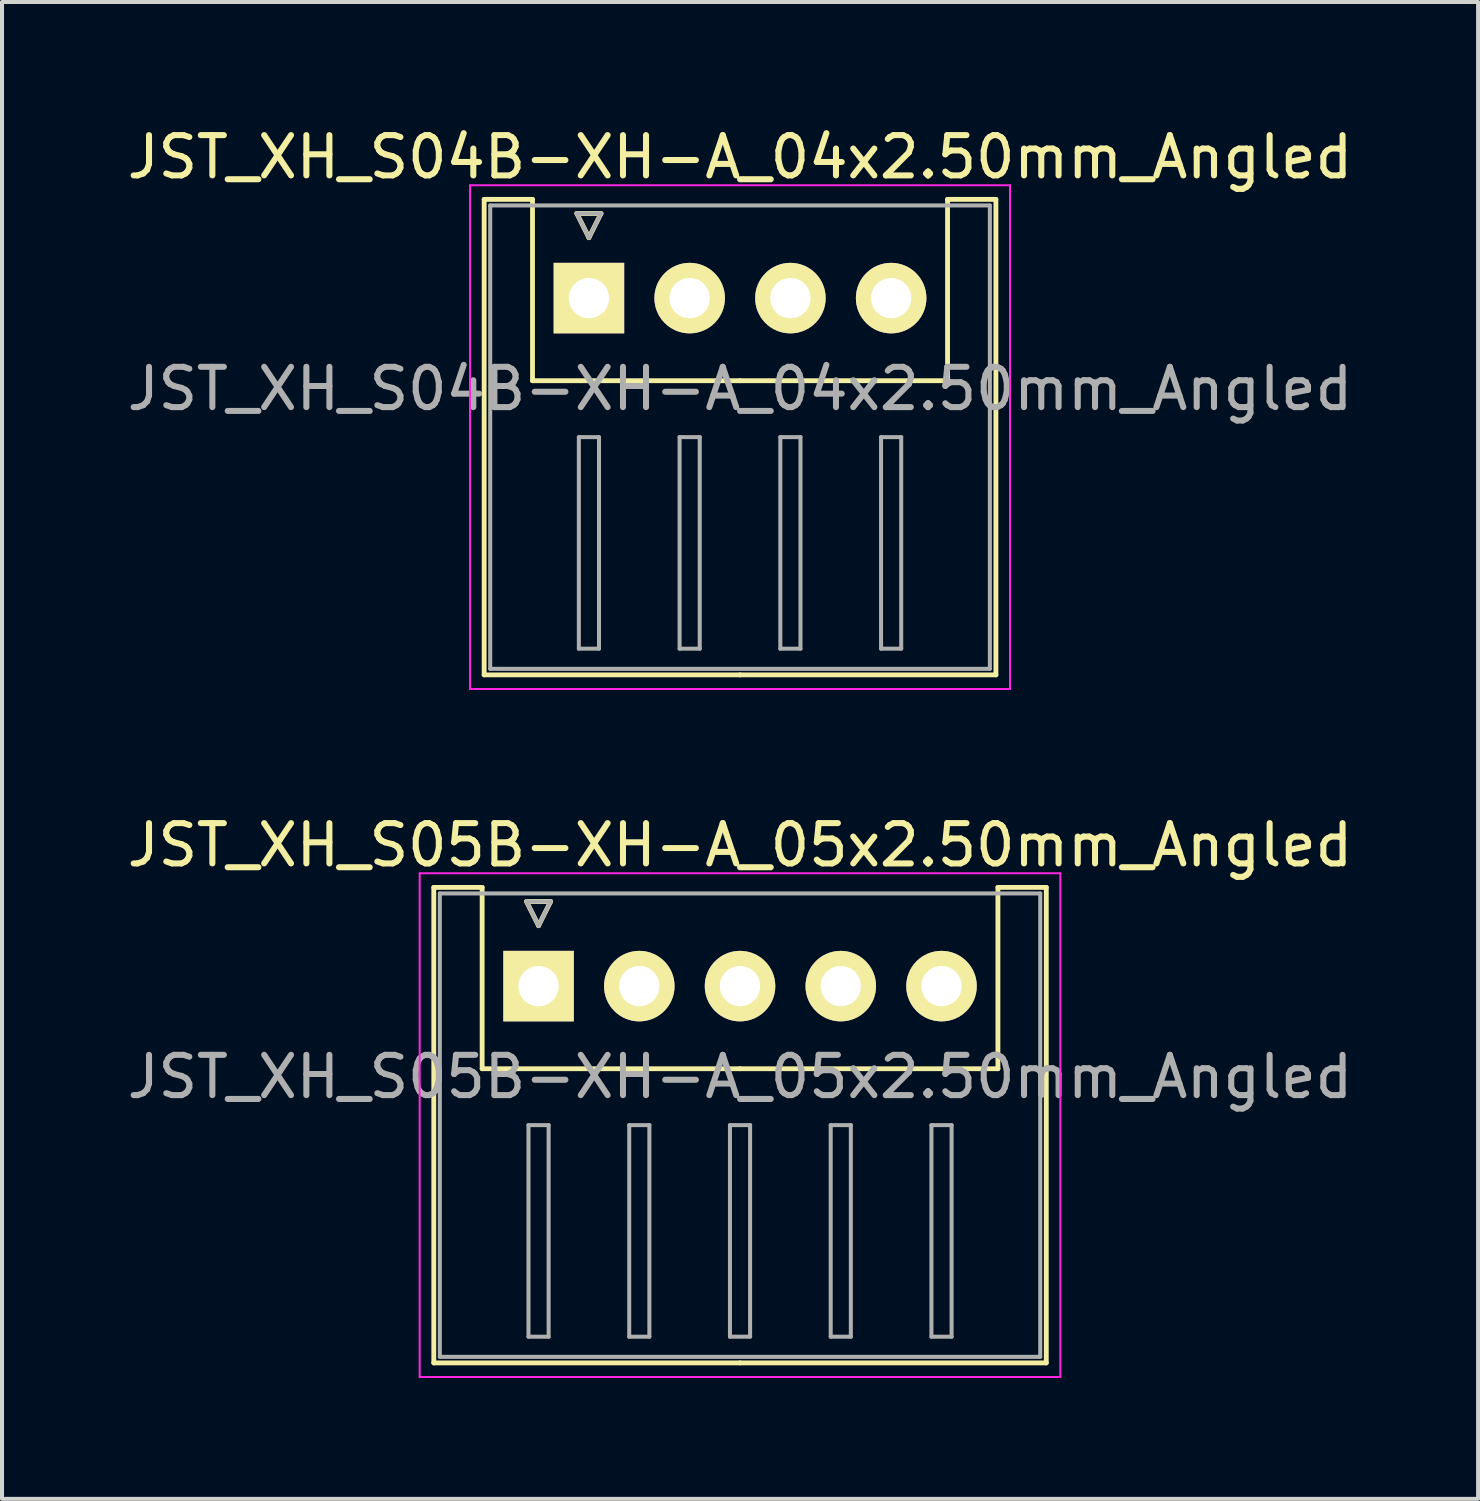
<source format=kicad_pcb>
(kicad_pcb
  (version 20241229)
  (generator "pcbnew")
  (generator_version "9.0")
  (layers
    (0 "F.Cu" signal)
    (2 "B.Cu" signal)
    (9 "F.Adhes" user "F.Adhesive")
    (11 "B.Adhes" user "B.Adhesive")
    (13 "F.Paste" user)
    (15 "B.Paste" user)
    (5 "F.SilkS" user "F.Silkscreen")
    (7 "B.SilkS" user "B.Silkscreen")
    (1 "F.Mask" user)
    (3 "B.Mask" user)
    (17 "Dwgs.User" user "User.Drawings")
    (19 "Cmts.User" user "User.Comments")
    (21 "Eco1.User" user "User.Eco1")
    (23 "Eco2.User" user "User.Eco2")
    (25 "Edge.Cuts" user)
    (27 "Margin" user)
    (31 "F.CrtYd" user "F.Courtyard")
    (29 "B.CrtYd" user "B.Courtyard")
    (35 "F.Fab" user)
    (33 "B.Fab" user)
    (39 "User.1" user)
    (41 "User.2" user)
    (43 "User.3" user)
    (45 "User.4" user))
  (footprint "JST_XH_S04B-XH-A_04x2.50mm_Angled"
    (layer "F.Cu")
    (at 11.565 4.348)
    (property "Reference" "JST_XH_S04B-XH-A_04x2.50mm_Angled" (at 3.75 -3.5 0) (layer "F.SilkS") (effects (font (size 1 1) (thickness 0.15))))
    (attr through_hole)
    (fp_line (start -2.6 -2.45) (end -1.4 -2.45) (stroke (width 0.12) (type solid)) (layer "F.SilkS"))
    (fp_line (start -2.6 9.35) (end -2.6 -2.45) (stroke (width 0.12) (type solid)) (layer "F.SilkS"))
    (fp_line (start -1.4 -2.45) (end -1.4 2.05) (stroke (width 0.12) (type solid)) (layer "F.SilkS"))
    (fp_line (start -1.4 2.05) (end 3.75 2.05) (stroke (width 0.12) (type solid)) (layer "F.SilkS"))
    (fp_line (start -0.3 -2.1) (end 0.3 -2.1) (stroke (width 0.12) (type solid)) (layer "F.SilkS"))
    (fp_line (start 0 -1.5) (end -0.3 -2.1) (stroke (width 0.12) (type solid)) (layer "F.SilkS"))
    (fp_line (start 0.3 -2.1) (end 0 -1.5) (stroke (width 0.12) (type solid)) (layer "F.SilkS"))
    (fp_line (start 3.75 9.35) (end -2.6 9.35) (stroke (width 0.12) (type solid)) (layer "F.SilkS"))
    (fp_line (start 3.75 9.35) (end 10.1 9.35) (stroke (width 0.12) (type solid)) (layer "F.SilkS"))
    (fp_line (start 8.9 -2.45) (end 8.9 2.05) (stroke (width 0.12) (type solid)) (layer "F.SilkS"))
    (fp_line (start 8.9 2.05) (end 3.75 2.05) (stroke (width 0.12) (type solid)) (layer "F.SilkS"))
    (fp_line (start 10.1 -2.45) (end 8.9 -2.45) (stroke (width 0.12) (type solid)) (layer "F.SilkS"))
    (fp_line (start 10.1 9.35) (end 10.1 -2.45) (stroke (width 0.12) (type solid)) (layer "F.SilkS"))
    (fp_line (start -2.95 -2.8) (end -2.95 9.7) (stroke (width 0.05) (type solid)) (layer "F.CrtYd"))
    (fp_line (start -2.95 9.7) (end 10.45 9.7) (stroke (width 0.05) (type solid)) (layer "F.CrtYd"))
    (fp_line (start 10.45 -2.8) (end -2.95 -2.8) (stroke (width 0.05) (type solid)) (layer "F.CrtYd"))
    (fp_line (start 10.45 9.7) (end 10.45 -2.8) (stroke (width 0.05) (type solid)) (layer "F.CrtYd"))
    (fp_line (start -2.45 -2.3) (end -2.45 9.2) (stroke (width 0.1) (type solid)) (layer "F.Fab"))
    (fp_line (start -2.45 9.2) (end 9.95 9.2) (stroke (width 0.1) (type solid)) (layer "F.Fab"))
    (fp_line (start -0.3 -2.1) (end 0.3 -2.1) (stroke (width 0.1) (type solid)) (layer "F.Fab"))
    (fp_line (start -0.25 3.45) (end -0.25 8.7) (stroke (width 0.1) (type solid)) (layer "F.Fab"))
    (fp_line (start -0.25 8.7) (end 0.25 8.7) (stroke (width 0.1) (type solid)) (layer "F.Fab"))
    (fp_line (start 0 -1.5) (end -0.3 -2.1) (stroke (width 0.1) (type solid)) (layer "F.Fab"))
    (fp_line (start 0.25 3.45) (end -0.25 3.45) (stroke (width 0.1) (type solid)) (layer "F.Fab"))
    (fp_line (start 0.25 8.7) (end 0.25 3.45) (stroke (width 0.1) (type solid)) (layer "F.Fab"))
    (fp_line (start 0.3 -2.1) (end 0 -1.5) (stroke (width 0.1) (type solid)) (layer "F.Fab"))
    (fp_line (start 2.25 3.45) (end 2.25 8.7) (stroke (width 0.1) (type solid)) (layer "F.Fab"))
    (fp_line (start 2.25 8.7) (end 2.75 8.7) (stroke (width 0.1) (type solid)) (layer "F.Fab"))
    (fp_line (start 2.75 3.45) (end 2.25 3.45) (stroke (width 0.1) (type solid)) (layer "F.Fab"))
    (fp_line (start 2.75 8.7) (end 2.75 3.45) (stroke (width 0.1) (type solid)) (layer "F.Fab"))
    (fp_line (start 4.75 3.45) (end 4.75 8.7) (stroke (width 0.1) (type solid)) (layer "F.Fab"))
    (fp_line (start 4.75 8.7) (end 5.25 8.7) (stroke (width 0.1) (type solid)) (layer "F.Fab"))
    (fp_line (start 5.25 3.45) (end 4.75 3.45) (stroke (width 0.1) (type solid)) (layer "F.Fab"))
    (fp_line (start 5.25 8.7) (end 5.25 3.45) (stroke (width 0.1) (type solid)) (layer "F.Fab"))
    (fp_line (start 7.25 3.45) (end 7.25 8.7) (stroke (width 0.1) (type solid)) (layer "F.Fab"))
    (fp_line (start 7.25 8.7) (end 7.75 8.7) (stroke (width 0.1) (type solid)) (layer "F.Fab"))
    (fp_line (start 7.75 3.45) (end 7.25 3.45) (stroke (width 0.1) (type solid)) (layer "F.Fab"))
    (fp_line (start 7.75 8.7) (end 7.75 3.45) (stroke (width 0.1) (type solid)) (layer "F.Fab"))
    (fp_line (start 9.95 -2.3) (end -2.45 -2.3) (stroke (width 0.1) (type solid)) (layer "F.Fab"))
    (fp_line (start 9.95 9.2) (end 9.95 -2.3) (stroke (width 0.1) (type solid)) (layer "F.Fab"))
    (fp_text user "${REFERENCE}" (at 3.75 2.25 0) (layer "F.Fab") (effects (font (size 1 1) (thickness 0.15))))
    (pad "1" thru_hole rect (at 0 0) (size 1.75 1.75) (drill 1) (layers "*.Cu" "*.Mask" "F.SilkS"))
    (pad "2" thru_hole circle (at 2.5 0) (size 1.75 1.75) (drill 1) (layers "*.Cu" "*.Mask" "F.SilkS"))
    (pad "3" thru_hole circle (at 5 0) (size 1.75 1.75) (drill 1) (layers "*.Cu" "*.Mask" "F.SilkS"))
    (pad "4" thru_hole circle (at 7.5 0) (size 1.75 1.75) (drill 1) (layers "*.Cu" "*.Mask" "F.SilkS")))
  (footprint "JST_XH_S05B-XH-A_05x2.50mm_Angled"
    (layer "F.Cu")
    (at 10.315 21.422)
    (property "Reference" "JST_XH_S05B-XH-A_05x2.50mm_Angled" (at 5 -3.5 0) (layer "F.SilkS") (effects (font (size 1 1) (thickness 0.15))))
    (attr through_hole)
    (fp_line (start -2.6 -2.45) (end -1.4 -2.45) (stroke (width 0.12) (type solid)) (layer "F.SilkS"))
    (fp_line (start -2.6 9.35) (end -2.6 -2.45) (stroke (width 0.12) (type solid)) (layer "F.SilkS"))
    (fp_line (start -1.4 -2.45) (end -1.4 2.05) (stroke (width 0.12) (type solid)) (layer "F.SilkS"))
    (fp_line (start -1.4 2.05) (end 5 2.05) (stroke (width 0.12) (type solid)) (layer "F.SilkS"))
    (fp_line (start -0.3 -2.1) (end 0.3 -2.1) (stroke (width 0.12) (type solid)) (layer "F.SilkS"))
    (fp_line (start 0 -1.5) (end -0.3 -2.1) (stroke (width 0.12) (type solid)) (layer "F.SilkS"))
    (fp_line (start 0.3 -2.1) (end 0 -1.5) (stroke (width 0.12) (type solid)) (layer "F.SilkS"))
    (fp_line (start 5 9.35) (end -2.6 9.35) (stroke (width 0.12) (type solid)) (layer "F.SilkS"))
    (fp_line (start 5 9.35) (end 12.6 9.35) (stroke (width 0.12) (type solid)) (layer "F.SilkS"))
    (fp_line (start 11.4 -2.45) (end 11.4 2.05) (stroke (width 0.12) (type solid)) (layer "F.SilkS"))
    (fp_line (start 11.4 2.05) (end 5 2.05) (stroke (width 0.12) (type solid)) (layer "F.SilkS"))
    (fp_line (start 12.6 -2.45) (end 11.4 -2.45) (stroke (width 0.12) (type solid)) (layer "F.SilkS"))
    (fp_line (start 12.6 9.35) (end 12.6 -2.45) (stroke (width 0.12) (type solid)) (layer "F.SilkS"))
    (fp_line (start -2.95 -2.8) (end -2.95 9.7) (stroke (width 0.05) (type solid)) (layer "F.CrtYd"))
    (fp_line (start -2.95 9.7) (end 12.95 9.7) (stroke (width 0.05) (type solid)) (layer "F.CrtYd"))
    (fp_line (start 12.95 -2.8) (end -2.95 -2.8) (stroke (width 0.05) (type solid)) (layer "F.CrtYd"))
    (fp_line (start 12.95 9.7) (end 12.95 -2.8) (stroke (width 0.05) (type solid)) (layer "F.CrtYd"))
    (fp_line (start -2.45 -2.3) (end -2.45 9.2) (stroke (width 0.1) (type solid)) (layer "F.Fab"))
    (fp_line (start -2.45 9.2) (end 12.45 9.2) (stroke (width 0.1) (type solid)) (layer "F.Fab"))
    (fp_line (start -0.3 -2.1) (end 0.3 -2.1) (stroke (width 0.1) (type solid)) (layer "F.Fab"))
    (fp_line (start -0.25 3.45) (end -0.25 8.7) (stroke (width 0.1) (type solid)) (layer "F.Fab"))
    (fp_line (start -0.25 8.7) (end 0.25 8.7) (stroke (width 0.1) (type solid)) (layer "F.Fab"))
    (fp_line (start 0 -1.5) (end -0.3 -2.1) (stroke (width 0.1) (type solid)) (layer "F.Fab"))
    (fp_line (start 0.25 3.45) (end -0.25 3.45) (stroke (width 0.1) (type solid)) (layer "F.Fab"))
    (fp_line (start 0.25 8.7) (end 0.25 3.45) (stroke (width 0.1) (type solid)) (layer "F.Fab"))
    (fp_line (start 0.3 -2.1) (end 0 -1.5) (stroke (width 0.1) (type solid)) (layer "F.Fab"))
    (fp_line (start 2.25 3.45) (end 2.25 8.7) (stroke (width 0.1) (type solid)) (layer "F.Fab"))
    (fp_line (start 2.25 8.7) (end 2.75 8.7) (stroke (width 0.1) (type solid)) (layer "F.Fab"))
    (fp_line (start 2.75 3.45) (end 2.25 3.45) (stroke (width 0.1) (type solid)) (layer "F.Fab"))
    (fp_line (start 2.75 8.7) (end 2.75 3.45) (stroke (width 0.1) (type solid)) (layer "F.Fab"))
    (fp_line (start 4.75 3.45) (end 4.75 8.7) (stroke (width 0.1) (type solid)) (layer "F.Fab"))
    (fp_line (start 4.75 8.7) (end 5.25 8.7) (stroke (width 0.1) (type solid)) (layer "F.Fab"))
    (fp_line (start 5.25 3.45) (end 4.75 3.45) (stroke (width 0.1) (type solid)) (layer "F.Fab"))
    (fp_line (start 5.25 8.7) (end 5.25 3.45) (stroke (width 0.1) (type solid)) (layer "F.Fab"))
    (fp_line (start 7.25 3.45) (end 7.25 8.7) (stroke (width 0.1) (type solid)) (layer "F.Fab"))
    (fp_line (start 7.25 8.7) (end 7.75 8.7) (stroke (width 0.1) (type solid)) (layer "F.Fab"))
    (fp_line (start 7.75 3.45) (end 7.25 3.45) (stroke (width 0.1) (type solid)) (layer "F.Fab"))
    (fp_line (start 7.75 8.7) (end 7.75 3.45) (stroke (width 0.1) (type solid)) (layer "F.Fab"))
    (fp_line (start 9.75 3.45) (end 9.75 8.7) (stroke (width 0.1) (type solid)) (layer "F.Fab"))
    (fp_line (start 9.75 8.7) (end 10.25 8.7) (stroke (width 0.1) (type solid)) (layer "F.Fab"))
    (fp_line (start 10.25 3.45) (end 9.75 3.45) (stroke (width 0.1) (type solid)) (layer "F.Fab"))
    (fp_line (start 10.25 8.7) (end 10.25 3.45) (stroke (width 0.1) (type solid)) (layer "F.Fab"))
    (fp_line (start 12.45 -2.3) (end -2.45 -2.3) (stroke (width 0.1) (type solid)) (layer "F.Fab"))
    (fp_line (start 12.45 9.2) (end 12.45 -2.3) (stroke (width 0.1) (type solid)) (layer "F.Fab"))
    (fp_text user "${REFERENCE}" (at 5 2.25 0) (layer "F.Fab") (effects (font (size 1 1) (thickness 0.15))))
    (pad "1" thru_hole rect (at 0 0) (size 1.75 1.75) (drill 1) (layers "*.Cu" "*.Mask" "F.SilkS"))
    (pad "2" thru_hole circle (at 2.5 0) (size 1.75 1.75) (drill 1) (layers "*.Cu" "*.Mask" "F.SilkS"))
    (pad "3" thru_hole circle (at 5 0) (size 1.75 1.75) (drill 1) (layers "*.Cu" "*.Mask" "F.SilkS"))
    (pad "4" thru_hole circle (at 7.5 0) (size 1.75 1.75) (drill 1) (layers "*.Cu" "*.Mask" "F.SilkS"))
    (pad "5" thru_hole circle (at 10 0) (size 1.75 1.75) (drill 1) (layers "*.Cu" "*.Mask" "F.SilkS")))
  (gr_rect
    (start -3 -3)
    (end 33.631 34.147)
    (stroke (width 0.1) (type default))
    (fill no)
    (layer "Edge.Cuts")))
</source>
